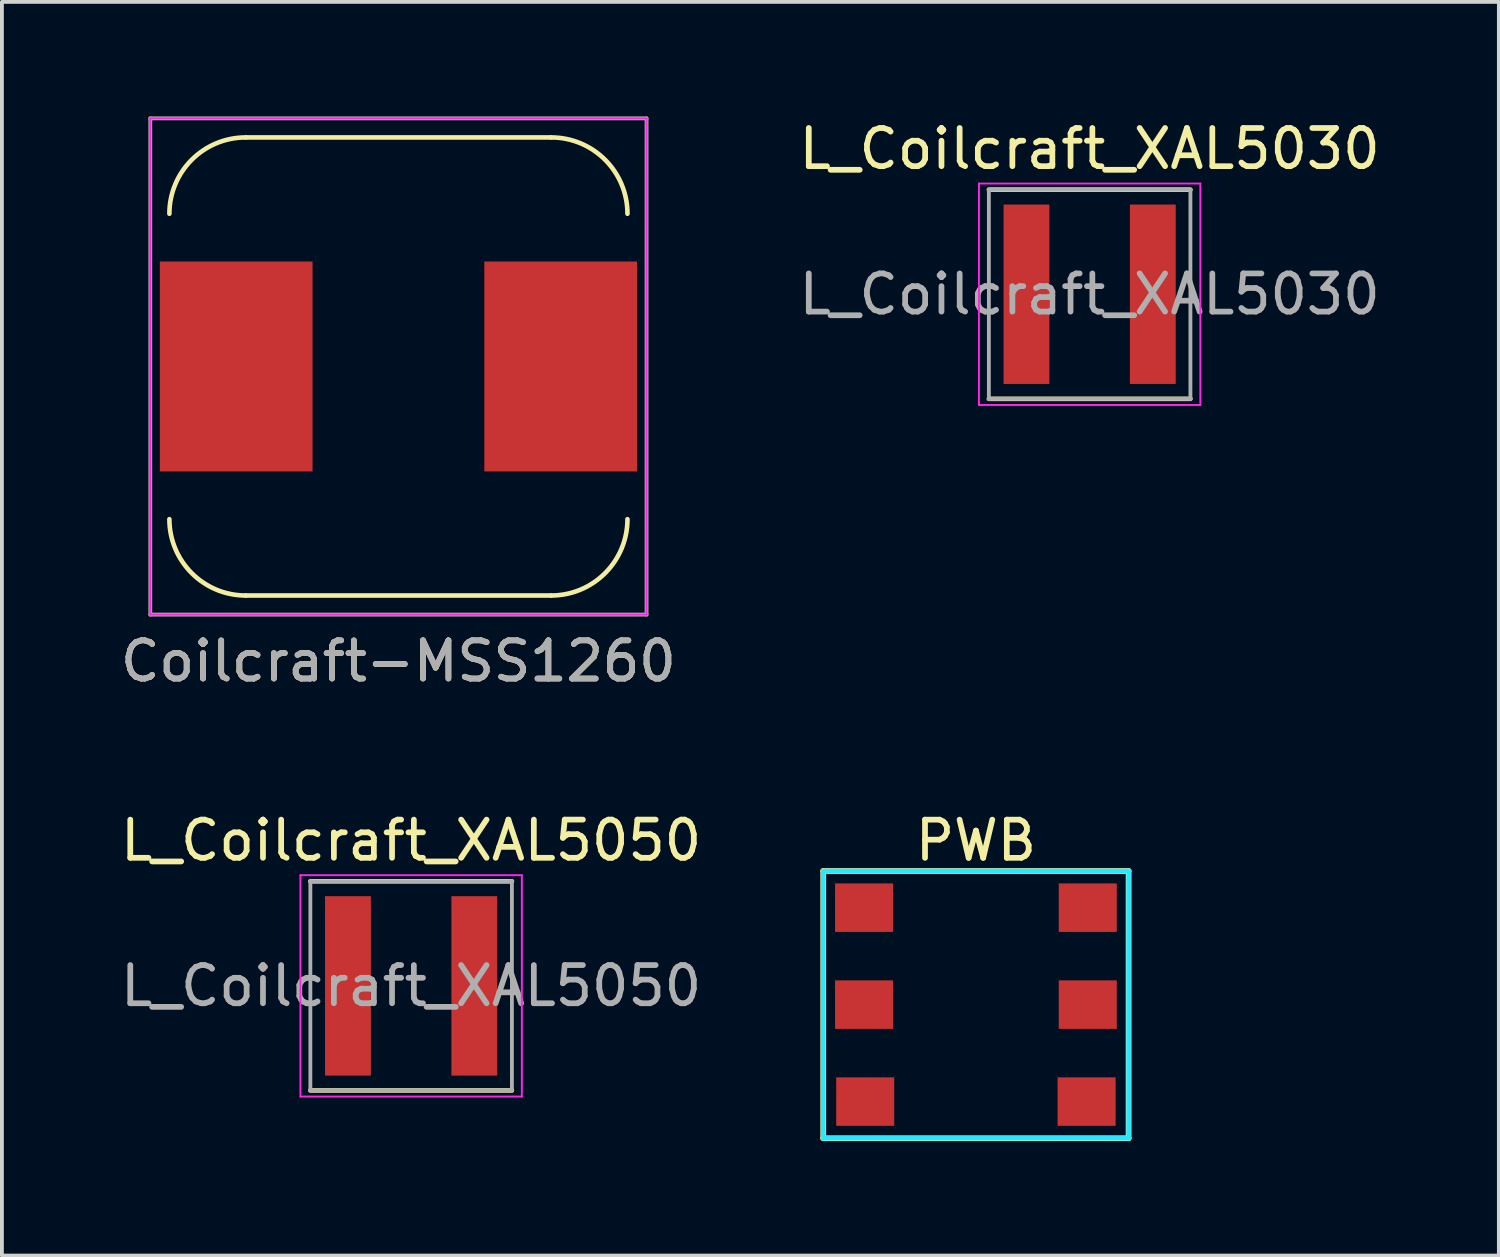
<source format=kicad_pcb>
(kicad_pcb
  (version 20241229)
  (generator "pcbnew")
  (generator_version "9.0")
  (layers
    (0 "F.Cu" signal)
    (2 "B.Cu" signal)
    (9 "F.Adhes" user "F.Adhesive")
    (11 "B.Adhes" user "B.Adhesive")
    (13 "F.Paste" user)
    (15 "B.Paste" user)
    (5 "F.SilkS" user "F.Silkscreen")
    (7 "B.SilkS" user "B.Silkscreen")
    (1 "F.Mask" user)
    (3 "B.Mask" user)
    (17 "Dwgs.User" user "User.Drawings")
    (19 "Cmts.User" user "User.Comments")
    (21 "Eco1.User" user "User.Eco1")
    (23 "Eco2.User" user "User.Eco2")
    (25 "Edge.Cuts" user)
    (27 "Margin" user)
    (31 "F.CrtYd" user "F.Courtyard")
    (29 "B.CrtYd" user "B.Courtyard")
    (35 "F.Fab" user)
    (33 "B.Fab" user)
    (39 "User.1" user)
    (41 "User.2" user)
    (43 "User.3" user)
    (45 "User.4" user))
  (footprint "PWB"
    (layer "F.Cu")
    (at 22.515 23.267)
    (property "Reference" "PWB" (at 0 -4.3 0) (unlocked yes) (layer "F.SilkS") (effects (font (size 1 1) (thickness 0.15))))
    (attr through_hole)
    (fp_line (start -4 -3.5) (end 4 -3.5) (stroke (width 0.15) (type solid)) (layer "F.SilkS"))
    (fp_line (start -4 3.5) (end -4 -3.5) (stroke (width 0.15) (type solid)) (layer "F.SilkS"))
    (fp_line (start 4 -3.5) (end 4 3.5) (stroke (width 0.15) (type solid)) (layer "F.SilkS"))
    (fp_line (start 4 3.5) (end -4 3.5) (stroke (width 0.15) (type solid)) (layer "F.SilkS"))
    (fp_line (start -4 -3.5) (end 4 -3.5) (stroke (width 0.12) (type solid)) (layer "B.CrtYd"))
    (fp_line (start -4 3.5) (end -4 -3.5) (stroke (width 0.12) (type solid)) (layer "B.CrtYd"))
    (fp_line (start 4 -3.5) (end 4 3.5) (stroke (width 0.12) (type solid)) (layer "B.CrtYd"))
    (fp_line (start 4 3.5) (end -4 3.5) (stroke (width 0.12) (type solid)) (layer "B.CrtYd"))
    (pad "1" smd rect (at -2.93 -2.54) (size 1.52 1.27) (layers "F.Cu" "F.Mask" "F.Paste"))
    (pad "2" smd rect (at -2.93 0) (size 1.52 1.27) (layers "F.Cu" "F.Mask" "F.Paste"))
    (pad "3" smd rect (at -2.9 2.54) (size 1.52 1.27) (layers "F.Cu" "F.Mask" "F.Paste"))
    (pad "4" smd rect (at 2.9 2.54) (size 1.52 1.27) (layers "F.Cu" "F.Mask" "F.Paste"))
    (pad "5" smd rect (at 2.93 0) (size 1.52 1.27) (layers "F.Cu" "F.Mask" "F.Paste"))
    (pad "6" smd rect (at 2.93 -2.54) (size 1.52 1.27) (layers "F.Cu" "F.Mask" "F.Paste")))
  (footprint "L_Coilcraft_XAL5050"
    (layer "F.Cu")
    (at 7.72 22.776)
    (property "Reference" "L_Coilcraft_XAL5050" (at 0 -3.81 0) (layer "F.SilkS") (effects (font (size 1 1) (thickness 0.15))))
    (attr smd)
    (fp_line (start -2.64 -2.74) (end 2.64 -2.74) (stroke (width 0.12) (type solid)) (layer "F.SilkS"))
    (fp_line (start 2.64 2.74) (end -2.64 2.74) (stroke (width 0.12) (type solid)) (layer "F.SilkS"))
    (fp_line (start -2.9 -2.9) (end 2.9 -2.9) (stroke (width 0.05) (type solid)) (layer "F.CrtYd"))
    (fp_line (start -2.9 2.9) (end -2.9 -2.9) (stroke (width 0.05) (type solid)) (layer "F.CrtYd"))
    (fp_line (start 2.9 -2.9) (end 2.9 2.9) (stroke (width 0.05) (type solid)) (layer "F.CrtYd"))
    (fp_line (start 2.9 2.9) (end -2.9 2.9) (stroke (width 0.05) (type solid)) (layer "F.CrtYd"))
    (fp_line (start -2.64 -2.74) (end 2.64 -2.74) (stroke (width 0.1) (type solid)) (layer "F.Fab"))
    (fp_line (start -2.64 2.74) (end -2.64 -2.74) (stroke (width 0.1) (type solid)) (layer "F.Fab"))
    (fp_line (start 2.64 -2.74) (end 2.64 2.74) (stroke (width 0.1) (type solid)) (layer "F.Fab"))
    (fp_line (start 2.64 2.74) (end -2.64 2.74) (stroke (width 0.1) (type solid)) (layer "F.Fab"))
    (fp_text user "${REFERENCE}" (at 0 0 0) (layer "F.Fab") (effects (font (size 1 1) (thickness 0.15))))
    (pad "1" smd rect (at -1.655 0) (size 1.2 4.7) (layers "F.Cu" "F.Mask" "F.Paste"))
    (pad "2" smd rect (at 1.655 0) (size 1.2 4.7) (layers "F.Cu" "F.Mask" "F.Paste")))
  (footprint "Coilcraft-MSS1260"
    (layer "F.Cu")
    (at 7.387 6.55)
    (property "Reference" "Coilcraft-MSS1260" (at 0 7.72 0) (layer "F.SilkS") (effects (font (size 1 1) (thickness 0.15))))
    (attr smd)
    (fp_line (start -4 -6) (end 4 -6) (stroke (width 0.12) (type solid)) (layer "F.SilkS"))
    (fp_line (start -4 6) (end 4 6) (stroke (width 0.12) (type solid)) (layer "F.SilkS"))
    (fp_arc (start -6 -4) (mid -5.414214 -5.414214) (end -4 -6) (stroke (width 0.12) (type solid)) (layer "F.SilkS"))
    (fp_arc (start -4 6) (mid -5.414214 5.414214) (end -6 4) (stroke (width 0.12) (type solid)) (layer "F.SilkS"))
    (fp_arc (start 4 -6) (mid 5.414214 -5.414214) (end 6 -4) (stroke (width 0.12) (type solid)) (layer "F.SilkS"))
    (fp_arc (start 6 4) (mid 5.414214 5.414214) (end 4 6) (stroke (width 0.12) (type solid)) (layer "F.SilkS"))
    (fp_line (start -6.5 -6.5) (end -6.5 6.5) (stroke (width 0.05) (type solid)) (layer "F.CrtYd"))
    (fp_line (start -6.5 -6.5) (end 6.5 -6.5) (stroke (width 0.05) (type solid)) (layer "F.CrtYd"))
    (fp_line (start 6.5 -6.5) (end 6.5 6.5) (stroke (width 0.05) (type solid)) (layer "F.CrtYd"))
    (fp_line (start 6.5 6.5) (end -6.5 6.5) (stroke (width 0.05) (type solid)) (layer "F.CrtYd"))
    (fp_line (start -6.5 -6.5) (end -6.5 6.5) (stroke (width 0.1) (type solid)) (layer "F.Fab"))
    (fp_line (start -6.5 -6.5) (end 6.5 -6.5) (stroke (width 0.1) (type solid)) (layer "F.Fab"))
    (fp_line (start 6.5 -6.5) (end 6.5 6.5) (stroke (width 0.1) (type solid)) (layer "F.Fab"))
    (fp_line (start 6.5 6.5) (end -6.5 6.5) (stroke (width 0.1) (type solid)) (layer "F.Fab"))
    (fp_text user "${REFERENCE}" (at 0 7.72 0) (layer "F.Fab") (effects (font (size 1 1) (thickness 0.15))))
    (pad "1" smd rect (at -4.25 0) (size 4 5.5) (layers "F.Cu" "F.Mask" "F.Paste"))
    (pad "2" smd rect (at 4.25 0) (size 4 5.5) (layers "F.Cu" "F.Mask" "F.Paste")))
  (footprint "L_Coilcraft_XAL5030"
    (layer "F.Cu")
    (at 25.494 4.658)
    (property "Reference" "L_Coilcraft_XAL5030" (at 0 -3.81 0) (layer "F.SilkS") (effects (font (size 1 1) (thickness 0.15))))
    (attr smd)
    (fp_line (start -2.64 -2.74) (end 2.64 -2.74) (stroke (width 0.12) (type solid)) (layer "F.SilkS"))
    (fp_line (start 2.64 2.74) (end -2.64 2.74) (stroke (width 0.12) (type solid)) (layer "F.SilkS"))
    (fp_line (start -2.9 -2.9) (end 2.9 -2.9) (stroke (width 0.05) (type solid)) (layer "F.CrtYd"))
    (fp_line (start -2.9 2.9) (end -2.9 -2.9) (stroke (width 0.05) (type solid)) (layer "F.CrtYd"))
    (fp_line (start 2.9 -2.9) (end 2.9 2.9) (stroke (width 0.05) (type solid)) (layer "F.CrtYd"))
    (fp_line (start 2.9 2.9) (end -2.9 2.9) (stroke (width 0.05) (type solid)) (layer "F.CrtYd"))
    (fp_line (start -2.64 -2.74) (end 2.64 -2.74) (stroke (width 0.1) (type solid)) (layer "F.Fab"))
    (fp_line (start -2.64 2.74) (end -2.64 -2.74) (stroke (width 0.1) (type solid)) (layer "F.Fab"))
    (fp_line (start 2.64 -2.74) (end 2.64 2.74) (stroke (width 0.1) (type solid)) (layer "F.Fab"))
    (fp_line (start 2.64 2.74) (end -2.64 2.74) (stroke (width 0.1) (type solid)) (layer "F.Fab"))
    (fp_text user "${REFERENCE}" (at 0 0 0) (layer "F.Fab") (effects (font (size 1 1) (thickness 0.15))))
    (pad "1" smd rect (at -1.655 0) (size 1.2 4.7) (layers "F.Cu" "F.Mask" "F.Paste"))
    (pad "2" smd rect (at 1.655 0) (size 1.2 4.7) (layers "F.Cu" "F.Mask" "F.Paste")))
  (gr_rect
    (start -3 -3)
    (end 36.214 29.841)
    (stroke (width 0.1) (type default))
    (fill no)
    (layer "Edge.Cuts")))
</source>
